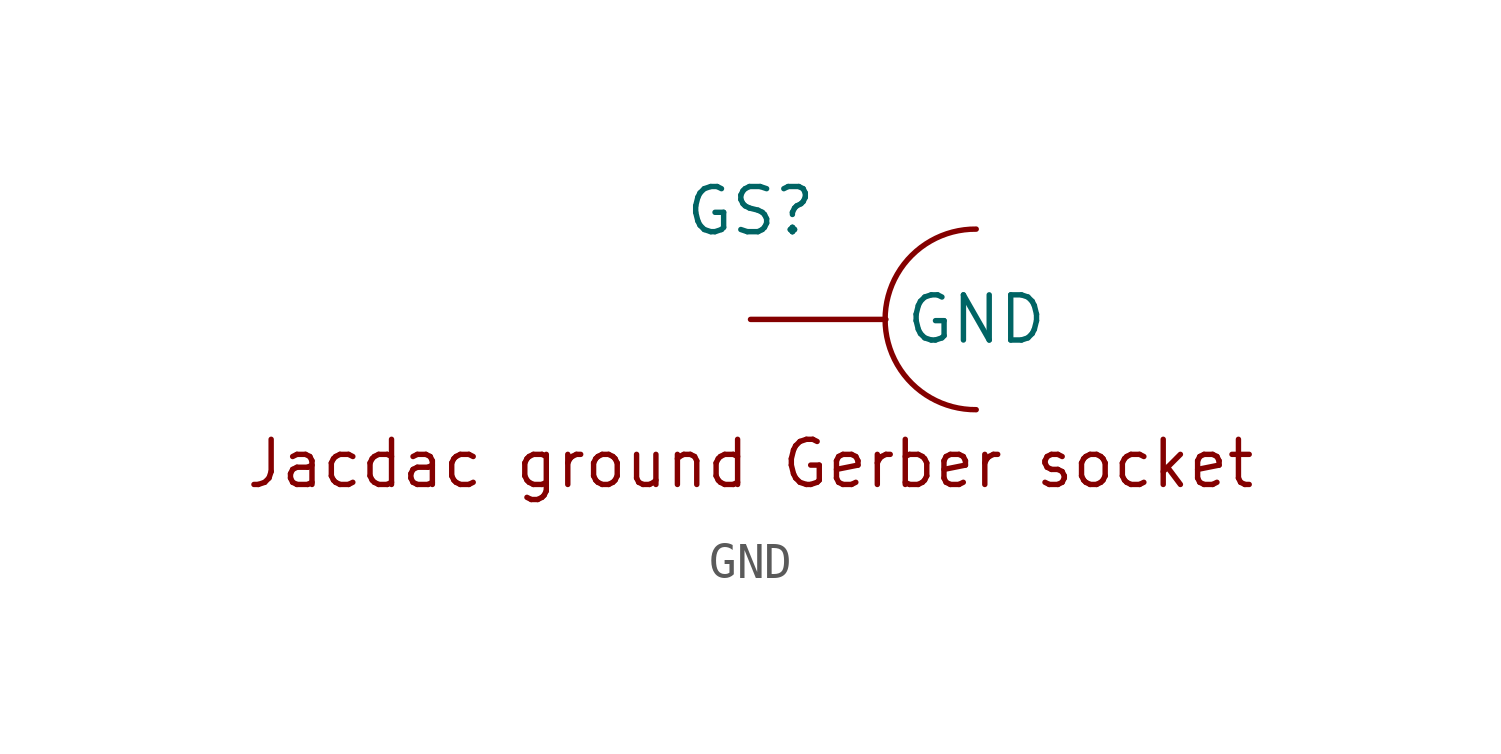
<source format=kicad_sym>
(kicad_symbol_lib
  (version 20231120)
  (generator "kicad_symbol_editor")
  (generator_version "8.0")
  (symbol "GND"
    (property "Reference" "GS"
      (at 0 3.048 0)
      (effects (font (size 1.27 1.27))))
    (property "Value" ""
      (at 0 0 0)
      (effects (font (size 1.27 1.27))))
    (symbol "GND_0_1"
      (arc (start 6.35 2.54) (mid 3.7874 0) (end 6.35 -2.54) (stroke (width 0) (type default)) (fill (type none))))
    (symbol "GND_1_1"
      (text "Jacdac ground Gerber socket" (at 0 -4.064 0) (effects (font (size 1.27 1.27))))
      (pin unspecified line (at 0 0 0) (length 3.81) (name "GND" (effects (font (size 1.27 1.27)))) (number "" (effects (font (size 1.27 1.27))))))))
</source>
